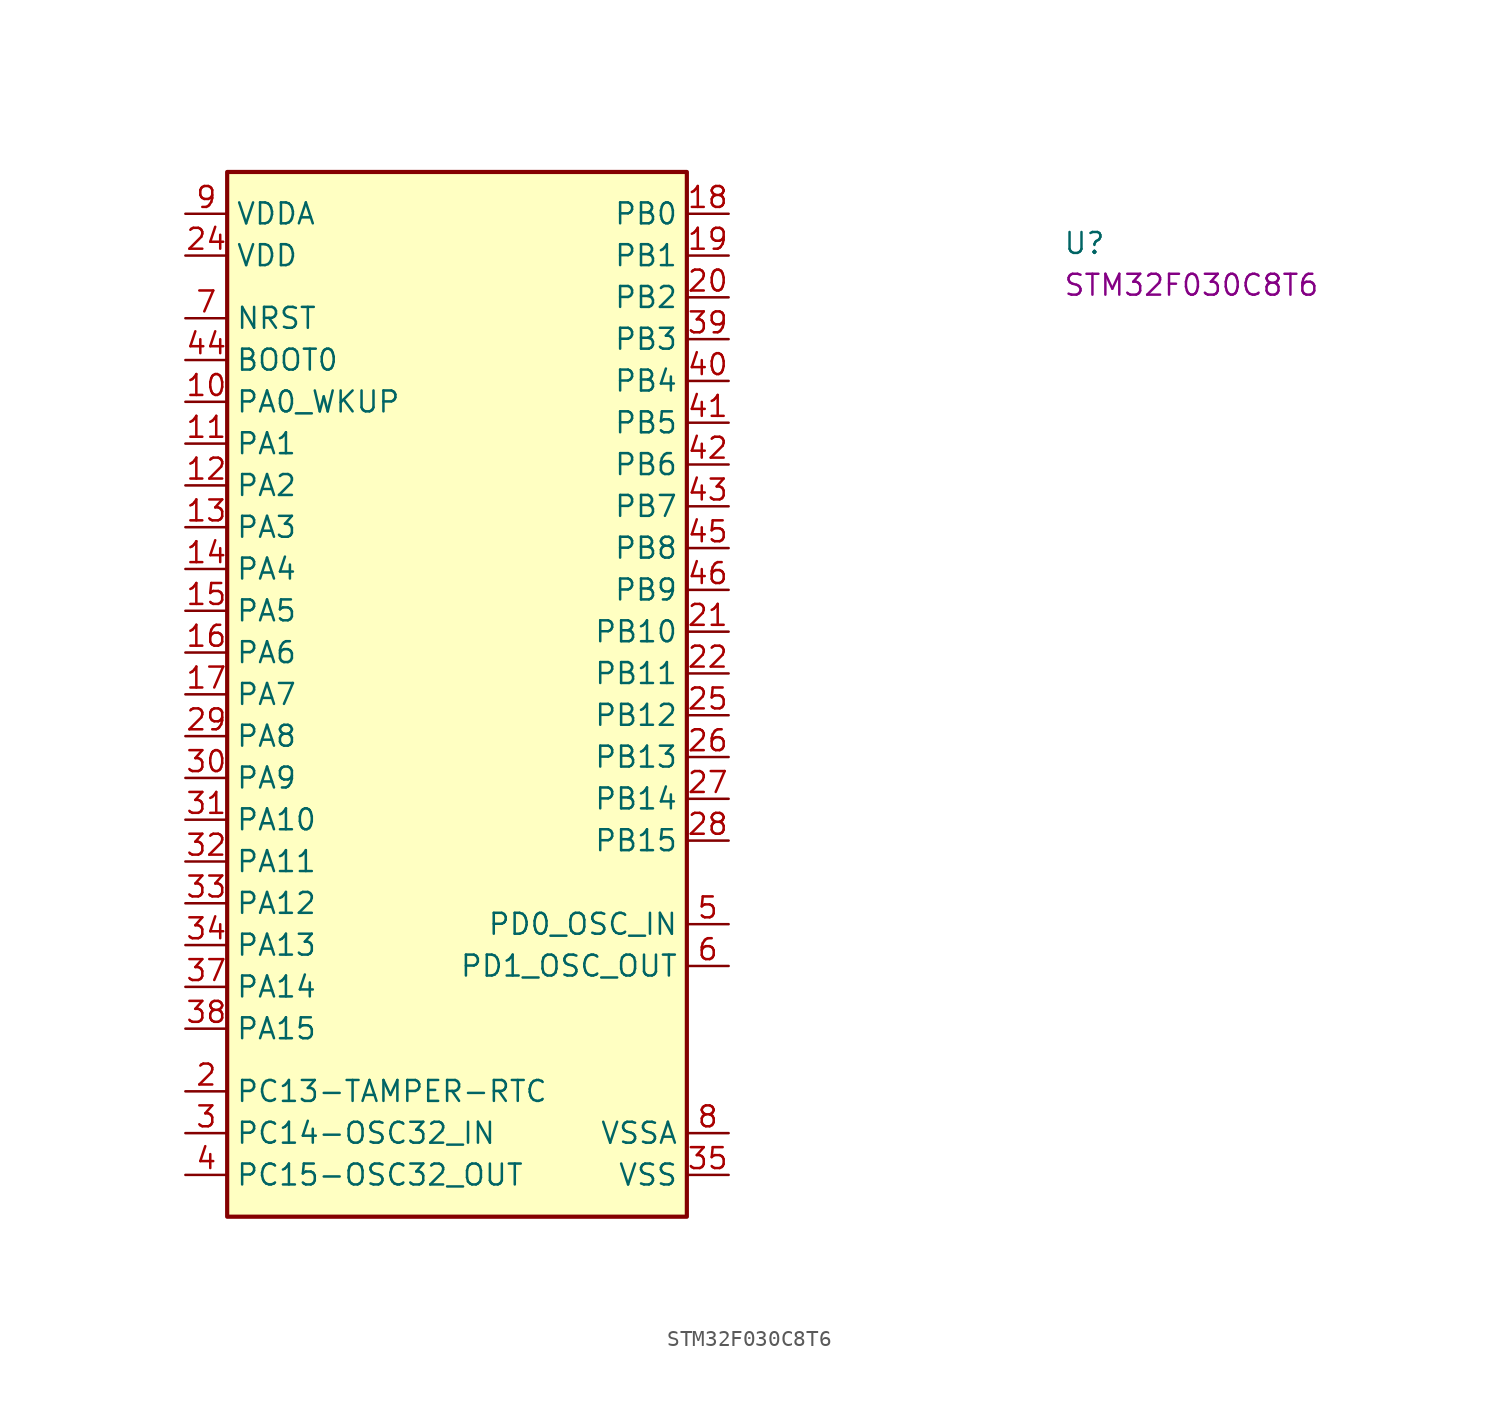
<source format=kicad_sym>
(kicad_symbol_lib
  (version 20220914)
  (generator kicad_symbol_editor)
  (symbol "STM32F030C8T6"
    (property "Reference" "U"
      (at 53.34 -2.54 0)
      (effects (font (size 1.27 1.27) (thickness 0.15)) (justify left bottom)))
    (property "MPN" "STM32F030C8T6"
      (at 53.34 -5.08 0)
      (effects (font (size 1.27 1.27) (thickness 0.15)) (justify left bottom)))
    (symbol "STM32F030C8T6_1_1"
      (rectangle (start 2.54 2.54) (end 30.48 -60.96) (stroke (width 0.254) (type default)) (fill (type background)))
      (pin passive line (at 0 -2.54 0) (length 2.54) hide (name "VDD" (effects (font (size 1.27 1.27)))) (number "1" (effects (font (size 1.27 1.27)))))
      (pin bidirectional line (at 0 -11.43 0) (length 2.54) (name "PA0_WKUP" (effects (font (size 1.27 1.27)))) (number "10" (effects (font (size 1.27 1.27)))))
      (pin bidirectional line (at 0 -13.97 0) (length 2.54) (name "PA1" (effects (font (size 1.27 1.27)))) (number "11" (effects (font (size 1.27 1.27)))))
      (pin bidirectional line (at 0 -16.51 0) (length 2.54) (name "PA2" (effects (font (size 1.27 1.27)))) (number "12" (effects (font (size 1.27 1.27)))))
      (pin bidirectional line (at 0 -19.05 0) (length 2.54) (name "PA3" (effects (font (size 1.27 1.27)))) (number "13" (effects (font (size 1.27 1.27)))))
      (pin bidirectional line (at 0 -21.59 0) (length 2.54) (name "PA4" (effects (font (size 1.27 1.27)))) (number "14" (effects (font (size 1.27 1.27)))))
      (pin bidirectional line (at 0 -24.13 0) (length 2.54) (name "PA5" (effects (font (size 1.27 1.27)))) (number "15" (effects (font (size 1.27 1.27)))))
      (pin bidirectional line (at 0 -26.67 0) (length 2.54) (name "PA6" (effects (font (size 1.27 1.27)))) (number "16" (effects (font (size 1.27 1.27)))))
      (pin bidirectional line (at 0 -29.21 0) (length 2.54) (name "PA7" (effects (font (size 1.27 1.27)))) (number "17" (effects (font (size 1.27 1.27)))))
      (pin bidirectional line (at 33.02 0 180) (length 2.54) (name "PB0" (effects (font (size 1.27 1.27)))) (number "18" (effects (font (size 1.27 1.27)))))
      (pin bidirectional line (at 33.02 -2.54 180) (length 2.54) (name "PB1" (effects (font (size 1.27 1.27)))) (number "19" (effects (font (size 1.27 1.27)))))
      (pin bidirectional line (at 0 -53.34 0) (length 2.54) (name "PC13-TAMPER-RTC" (effects (font (size 1.27 1.27)))) (number "2" (effects (font (size 1.27 1.27)))))
      (pin bidirectional line (at 33.02 -5.08 180) (length 2.54) (name "PB2" (effects (font (size 1.27 1.27)))) (number "20" (effects (font (size 1.27 1.27)))))
      (pin bidirectional line (at 33.02 -25.4 180) (length 2.54) (name "PB10" (effects (font (size 1.27 1.27)))) (number "21" (effects (font (size 1.27 1.27)))))
      (pin bidirectional line (at 33.02 -27.94 180) (length 2.54) (name "PB11" (effects (font (size 1.27 1.27)))) (number "22" (effects (font (size 1.27 1.27)))))
      (pin passive line (at 33.02 -58.42 180) (length 2.54) hide (name "VSS" (effects (font (size 1.27 1.27)))) (number "23" (effects (font (size 1.27 1.27)))))
      (pin power_in line (at 0 -2.54 0) (length 2.54) (name "VDD" (effects (font (size 1.27 1.27)))) (number "24" (effects (font (size 1.27 1.27)))))
      (pin bidirectional line (at 33.02 -30.48 180) (length 2.54) (name "PB12" (effects (font (size 1.27 1.27)))) (number "25" (effects (font (size 1.27 1.27)))))
      (pin bidirectional line (at 33.02 -33.02 180) (length 2.54) (name "PB13" (effects (font (size 1.27 1.27)))) (number "26" (effects (font (size 1.27 1.27)))))
      (pin bidirectional line (at 33.02 -35.56 180) (length 2.54) (name "PB14" (effects (font (size 1.27 1.27)))) (number "27" (effects (font (size 1.27 1.27)))))
      (pin bidirectional line (at 33.02 -38.1 180) (length 2.54) (name "PB15" (effects (font (size 1.27 1.27)))) (number "28" (effects (font (size 1.27 1.27)))))
      (pin bidirectional line (at 0 -31.75 0) (length 2.54) (name "PA8" (effects (font (size 1.27 1.27)))) (number "29" (effects (font (size 1.27 1.27)))))
      (pin bidirectional line (at 0 -55.88 0) (length 2.54) (name "PC14-OSC32_IN" (effects (font (size 1.27 1.27)))) (number "3" (effects (font (size 1.27 1.27)))))
      (pin bidirectional line (at 0 -34.29 0) (length 2.54) (name "PA9" (effects (font (size 1.27 1.27)))) (number "30" (effects (font (size 1.27 1.27)))))
      (pin bidirectional line (at 0 -36.83 0) (length 2.54) (name "PA10" (effects (font (size 1.27 1.27)))) (number "31" (effects (font (size 1.27 1.27)))))
      (pin bidirectional line (at 0 -39.37 0) (length 2.54) (name "PA11" (effects (font (size 1.27 1.27)))) (number "32" (effects (font (size 1.27 1.27)))))
      (pin bidirectional line (at 0 -41.91 0) (length 2.54) (name "PA12" (effects (font (size 1.27 1.27)))) (number "33" (effects (font (size 1.27 1.27)))))
      (pin bidirectional line (at 0 -44.45 0) (length 2.54) (name "PA13" (effects (font (size 1.27 1.27)))) (number "34" (effects (font (size 1.27 1.27)))))
      (pin power_in line (at 33.02 -58.42 180) (length 2.54) (name "VSS" (effects (font (size 1.27 1.27)))) (number "35" (effects (font (size 1.27 1.27)))))
      (pin passive line (at 0 -2.54 0) (length 2.54) hide (name "VDD" (effects (font (size 1.27 1.27)))) (number "36" (effects (font (size 1.27 1.27)))))
      (pin bidirectional line (at 0 -46.99 0) (length 2.54) (name "PA14" (effects (font (size 1.27 1.27)))) (number "37" (effects (font (size 1.27 1.27)))))
      (pin bidirectional line (at 0 -49.53 0) (length 2.54) (name "PA15" (effects (font (size 1.27 1.27)))) (number "38" (effects (font (size 1.27 1.27)))))
      (pin bidirectional line (at 33.02 -7.62 180) (length 2.54) (name "PB3" (effects (font (size 1.27 1.27)))) (number "39" (effects (font (size 1.27 1.27)))))
      (pin bidirectional line (at 0 -58.42 0) (length 2.54) (name "PC15-OSC32_OUT" (effects (font (size 1.27 1.27)))) (number "4" (effects (font (size 1.27 1.27)))))
      (pin bidirectional line (at 33.02 -10.16 180) (length 2.54) (name "PB4" (effects (font (size 1.27 1.27)))) (number "40" (effects (font (size 1.27 1.27)))))
      (pin bidirectional line (at 33.02 -12.7 180) (length 2.54) (name "PB5" (effects (font (size 1.27 1.27)))) (number "41" (effects (font (size 1.27 1.27)))))
      (pin bidirectional line (at 33.02 -15.24 180) (length 2.54) (name "PB6" (effects (font (size 1.27 1.27)))) (number "42" (effects (font (size 1.27 1.27)))))
      (pin bidirectional line (at 33.02 -17.78 180) (length 2.54) (name "PB7" (effects (font (size 1.27 1.27)))) (number "43" (effects (font (size 1.27 1.27)))))
      (pin input line (at 0 -8.89 0) (length 2.54) (name "BOOT0" (effects (font (size 1.27 1.27)))) (number "44" (effects (font (size 1.27 1.27)))))
      (pin bidirectional line (at 33.02 -20.32 180) (length 2.54) (name "PB8" (effects (font (size 1.27 1.27)))) (number "45" (effects (font (size 1.27 1.27)))))
      (pin bidirectional line (at 33.02 -22.86 180) (length 2.54) (name "PB9" (effects (font (size 1.27 1.27)))) (number "46" (effects (font (size 1.27 1.27)))))
      (pin passive line (at 33.02 -58.42 180) (length 2.54) hide (name "VSS" (effects (font (size 1.27 1.27)))) (number "47" (effects (font (size 1.27 1.27)))))
      (pin passive line (at 0 -2.54 0) (length 2.54) hide (name "VDD" (effects (font (size 1.27 1.27)))) (number "48" (effects (font (size 1.27 1.27)))))
      (pin bidirectional line (at 33.02 -43.18 180) (length 2.54) (name "PD0_OSC_IN" (effects (font (size 1.27 1.27)))) (number "5" (effects (font (size 1.27 1.27)))))
      (pin bidirectional line (at 33.02 -45.72 180) (length 2.54) (name "PD1_OSC_OUT" (effects (font (size 1.27 1.27)))) (number "6" (effects (font (size 1.27 1.27)))))
      (pin input line (at 0 -6.35 0) (length 2.54) (name "NRST" (effects (font (size 1.27 1.27)))) (number "7" (effects (font (size 1.27 1.27)))))
      (pin power_in line (at 33.02 -55.88 180) (length 2.54) (name "VSSA" (effects (font (size 1.27 1.27)))) (number "8" (effects (font (size 1.27 1.27)))))
      (pin power_in line (at 0 0 0) (length 2.54) (name "VDDA" (effects (font (size 1.27 1.27)))) (number "9" (effects (font (size 1.27 1.27))))))))
</source>
